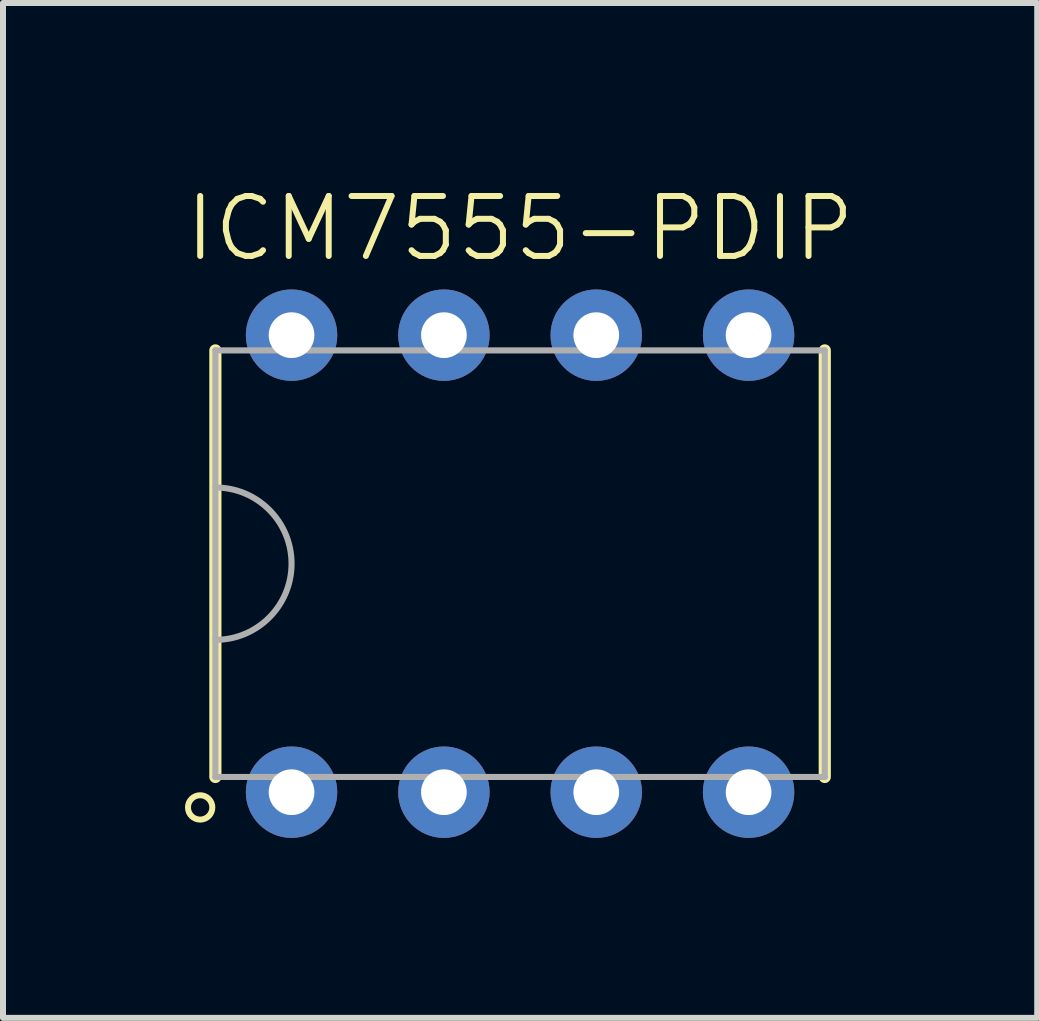
<source format=kicad_pcb>
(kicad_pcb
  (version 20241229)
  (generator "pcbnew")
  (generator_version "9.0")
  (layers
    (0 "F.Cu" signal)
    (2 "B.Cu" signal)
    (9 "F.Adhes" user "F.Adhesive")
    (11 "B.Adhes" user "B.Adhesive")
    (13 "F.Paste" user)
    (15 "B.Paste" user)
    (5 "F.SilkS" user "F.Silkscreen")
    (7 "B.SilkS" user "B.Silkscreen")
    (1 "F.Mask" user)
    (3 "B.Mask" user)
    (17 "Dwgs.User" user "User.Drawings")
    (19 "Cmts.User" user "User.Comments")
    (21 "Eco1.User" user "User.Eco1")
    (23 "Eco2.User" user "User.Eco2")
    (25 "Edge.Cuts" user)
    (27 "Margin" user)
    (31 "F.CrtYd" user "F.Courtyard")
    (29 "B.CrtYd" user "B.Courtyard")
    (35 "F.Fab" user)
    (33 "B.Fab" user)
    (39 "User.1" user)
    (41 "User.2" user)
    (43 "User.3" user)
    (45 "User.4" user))
  (footprint "ICM7555-PDIP"
    (layer "F.Cu")
    (at 5.621 6.348)
    (property "Reference" "ICM7555-PDIP" (at 0 -5.588 0) (unlocked yes) (layer "F.SilkS") (effects (font (size 1 1) (thickness 0.1))))
    (attr smd)
    (fp_line (start -5.08 3.556) (end -5.08 -3.556) (stroke (width 0.203) (type default)) (layer "F.SilkS"))
    (fp_line (start 5.08 3.556) (end 5.08 -3.556) (stroke (width 0.203) (type default)) (layer "F.SilkS"))
    (fp_circle (center -5.334 4.064) (end -5.131 4.064) (stroke (width 0.1) (type solid)) (fill no) (layer "F.SilkS"))
    (fp_line (start -5.08 -3.556) (end -5.08 3.556) (stroke (width 0.102) (type default)) (layer "F.Fab"))
    (fp_line (start -5.08 -3.556) (end 5.08 -3.556) (stroke (width 0.102) (type default)) (layer "F.Fab"))
    (fp_line (start -5.08 3.556) (end 5.08 3.556) (stroke (width 0.102) (type default)) (layer "F.Fab"))
    (fp_line (start 5.08 -3.556) (end 5.08 3.556) (stroke (width 0.102) (type default)) (layer "F.Fab"))
    (fp_arc (start -5.08 -1.27) (mid -3.81 0) (end -5.08 1.27) (stroke (width 0.1016) (type default)) (layer "F.Fab"))
    (pad "1" thru_hole circle (at -3.81 3.81) (size 1.524 1.524) (drill 0.762) (layers "*.Cu" "*.Mask"))
    (pad "2" thru_hole circle (at -1.27 3.81) (size 1.524 1.524) (drill 0.762) (layers "*.Cu" "*.Mask"))
    (pad "3" thru_hole circle (at 1.27 3.81) (size 1.524 1.524) (drill 0.762) (layers "*.Cu" "*.Mask"))
    (pad "4" thru_hole circle (at 3.81 3.81) (size 1.524 1.524) (drill 0.762) (layers "*.Cu" "*.Mask"))
    (pad "5" thru_hole circle (at 3.81 -3.81) (size 1.524 1.524) (drill 0.762) (layers "*.Cu" "*.Mask"))
    (pad "6" thru_hole circle (at 1.27 -3.81) (size 1.524 1.524) (drill 0.762) (layers "*.Cu" "*.Mask"))
    (pad "7" thru_hole circle (at -1.27 -3.81) (size 1.524 1.524) (drill 0.762) (layers "*.Cu" "*.Mask"))
    (pad "8" thru_hole circle (at -3.81 -3.81) (size 1.524 1.524) (drill 0.762) (layers "*.Cu" "*.Mask")))
  (gr_rect
    (start -3 -3)
    (end 14.243 13.921)
    (stroke (width 0.1) (type default))
    (fill no)
    (layer "Edge.Cuts")))
</source>
